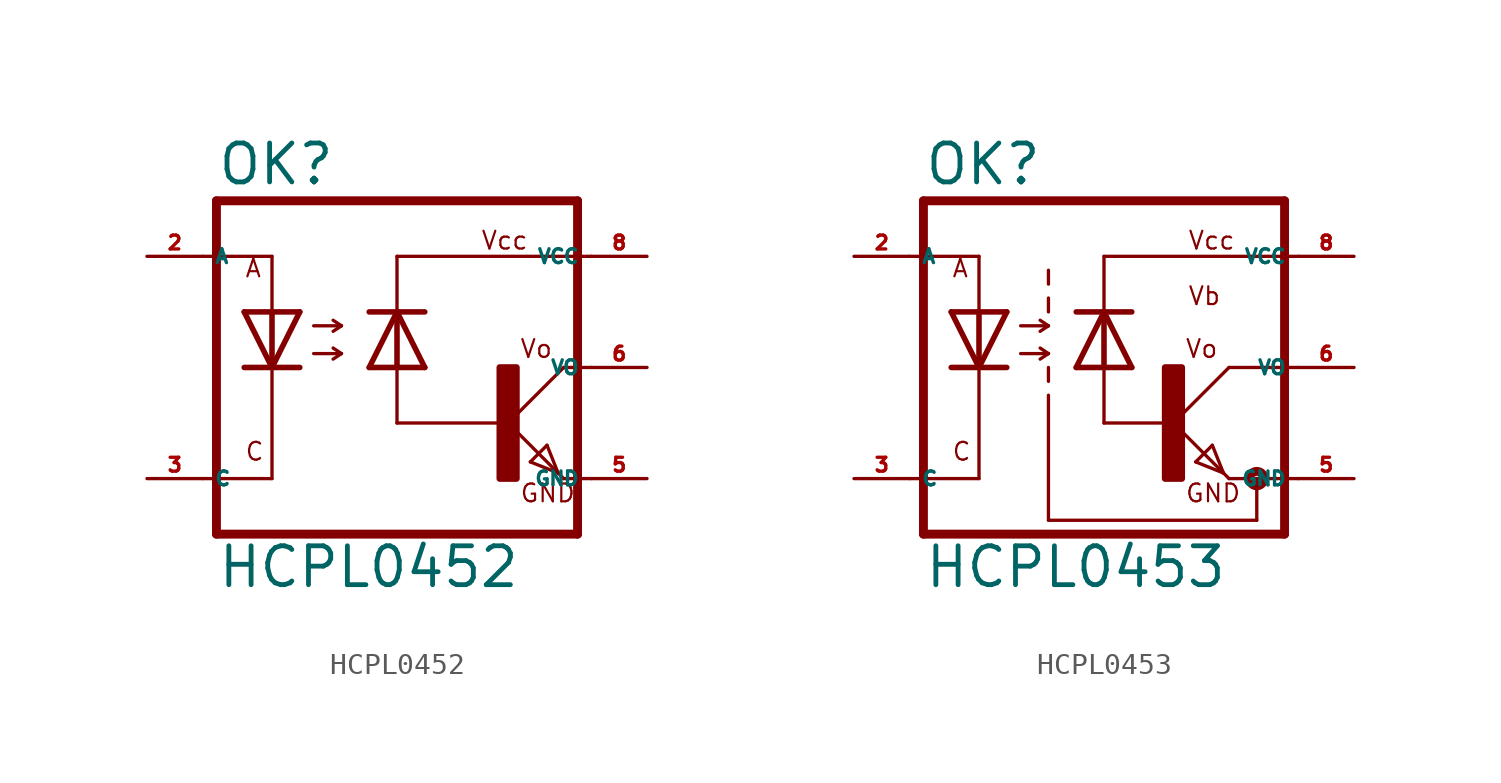
<source format=kicad_sym>
(kicad_symbol_lib
  (version 20220914)
  (generator kicad_symbol_editor)
  (symbol "HCPL0452"
    (property "Reference" "OK"
      (at -9.525 8.255 0)
      (effects (font (size 1.778 1.778) (thickness 0.22)) (justify left bottom)))
    (property "Value" "HCPL0452"
      (at -9.525 -10.16 0)
      (effects (font (size 1.778 1.778) (thickness 0.22)) (justify left bottom)))
    (symbol "HCPL0452_1_1"
      (polyline (pts (xy -10.16 -5.08) (xy -6.985 -5.08)) (stroke (width 0.152) (type default)) (fill (type none)))
      (polyline (pts (xy -10.16 5.08) (xy -6.985 5.08)) (stroke (width 0.152) (type default)) (fill (type none)))
      (polyline (pts (xy -9.525 7.62) (xy -9.525 -7.62)) (stroke (width 0.406) (type default)) (fill (type none)))
      (polyline (pts (xy -6.985 -5.08) (xy -6.985 0)) (stroke (width 0.152) (type default)) (fill (type none)))
      (polyline (pts (xy -6.985 0) (xy -8.255 0)) (stroke (width 0.254) (type default)) (fill (type none)))
      (polyline (pts (xy -6.985 0) (xy -8.255 2.54)) (stroke (width 0.254) (type default)) (fill (type none)))
      (polyline (pts (xy -6.985 2.54) (xy -8.255 2.54)) (stroke (width 0.254) (type default)) (fill (type none)))
      (polyline (pts (xy -6.985 2.54) (xy -6.985 0)) (stroke (width 0.254) (type default)) (fill (type none)))
      (polyline (pts (xy -6.985 2.54) (xy -6.985 5.08)) (stroke (width 0.152) (type default)) (fill (type none)))
      (polyline (pts (xy -5.715 0) (xy -6.985 0)) (stroke (width 0.254) (type default)) (fill (type none)))
      (polyline (pts (xy -5.715 2.54) (xy -6.985 0)) (stroke (width 0.254) (type default)) (fill (type none)))
      (polyline (pts (xy -5.715 2.54) (xy -6.985 2.54)) (stroke (width 0.254) (type default)) (fill (type none)))
      (polyline (pts (xy -5.08 0.635) (xy -3.81 0.635)) (stroke (width 0.152) (type default)) (fill (type none)))
      (polyline (pts (xy -5.08 1.905) (xy -3.81 1.905)) (stroke (width 0.152) (type default)) (fill (type none)))
      (polyline (pts (xy -3.81 0.635) (xy -4.191 0.381)) (stroke (width 0.152) (type default)) (fill (type none)))
      (polyline (pts (xy -3.81 0.635) (xy -4.191 0.889)) (stroke (width 0.152) (type default)) (fill (type none)))
      (polyline (pts (xy -3.81 1.905) (xy -4.191 1.651)) (stroke (width 0.152) (type default)) (fill (type none)))
      (polyline (pts (xy -3.81 1.905) (xy -4.191 2.159)) (stroke (width 0.152) (type default)) (fill (type none)))
      (polyline (pts (xy -2.54 0) (xy -1.27 0)) (stroke (width 0.254) (type default)) (fill (type none)))
      (polyline (pts (xy -2.54 0) (xy -1.27 2.54)) (stroke (width 0.254) (type default)) (fill (type none)))
      (polyline (pts (xy -2.54 2.54) (xy -1.27 2.54)) (stroke (width 0.254) (type default)) (fill (type none)))
      (polyline (pts (xy -1.27 -2.54) (xy -1.27 0)) (stroke (width 0.152) (type default)) (fill (type none)))
      (polyline (pts (xy -1.27 -2.54) (xy 3.81 -2.54)) (stroke (width 0.152) (type default)) (fill (type none)))
      (polyline (pts (xy -1.27 0) (xy -1.27 2.54)) (stroke (width 0.254) (type default)) (fill (type none)))
      (polyline (pts (xy -1.27 0) (xy 0 0)) (stroke (width 0.254) (type default)) (fill (type none)))
      (polyline (pts (xy -1.27 2.54) (xy 0 0)) (stroke (width 0.254) (type default)) (fill (type none)))
      (polyline (pts (xy -1.27 2.54) (xy 0 2.54)) (stroke (width 0.254) (type default)) (fill (type none)))
      (polyline (pts (xy -1.27 5.08) (xy -1.27 2.54)) (stroke (width 0.152) (type default)) (fill (type none)))
      (polyline (pts (xy -1.27 5.08) (xy 7.62 5.08)) (stroke (width 0.152) (type default)) (fill (type none)))
      (polyline (pts (xy 3.81 -2.54) (xy 6.096 -4.826)) (stroke (width 0.152) (type default)) (fill (type none)))
      (polyline (pts (xy 4.826 -4.318) (xy 5.588 -3.556)) (stroke (width 0.152) (type default)) (fill (type none)))
      (polyline (pts (xy 5.588 -3.556) (xy 6.096 -4.826)) (stroke (width 0.152) (type default)) (fill (type none)))
      (polyline (pts (xy 6.096 -4.826) (xy 4.826 -4.318)) (stroke (width 0.152) (type default)) (fill (type none)))
      (polyline (pts (xy 6.096 -4.826) (xy 6.35 -5.08)) (stroke (width 0.152) (type default)) (fill (type none)))
      (polyline (pts (xy 6.35 -5.08) (xy 7.62 -5.08)) (stroke (width 0.152) (type default)) (fill (type none)))
      (polyline (pts (xy 6.35 0) (xy 3.81 -2.54)) (stroke (width 0.152) (type default)) (fill (type none)))
      (polyline (pts (xy 6.35 0) (xy 7.62 0)) (stroke (width 0.152) (type default)) (fill (type none)))
      (polyline (pts (xy 6.985 -7.62) (xy -9.525 -7.62)) (stroke (width 0.406) (type default)) (fill (type none)))
      (polyline (pts (xy 6.985 7.62) (xy -9.525 7.62)) (stroke (width 0.406) (type default)) (fill (type none)))
      (polyline (pts (xy 6.985 7.62) (xy 6.985 -7.62)) (stroke (width 0.406) (type default)) (fill (type none)))
      (rectangle (start 3.429 -5.08) (end 4.191 0) (stroke (width 0.3) (type default)) (fill (type outline)))
      (text "A" (at -8.255 4.064 0) (effects (font (size 0.813 0.813) (thickness 0.1)) (justify left bottom)))
      (text "C" (at -8.255 -4.318 0) (effects (font (size 0.813 0.813) (thickness 0.1)) (justify left bottom)))
      (text "GND" (at 4.318 -6.223 0) (effects (font (size 0.813 0.813) (thickness 0.1)) (justify left bottom)))
      (text "Vcc" (at 2.54 5.334 0) (effects (font (size 0.813 0.813) (thickness 0.1)) (justify left bottom)))
      (text "Vo" (at 4.318 0.381 0) (effects (font (size 0.813 0.813) (thickness 0.1)) (justify left bottom)))
      (pin passive line (at -12.7 5.08 0) (length 2.54) (name "A" (effects (font (size 0.635 0.635)))) (number "2" (effects (font (size 0.635 0.635)))))
      (pin passive line (at -12.7 -5.08 0) (length 2.54) (name "C" (effects (font (size 0.635 0.635)))) (number "3" (effects (font (size 0.635 0.635)))))
      (pin passive line (at 10.16 -5.08 180) (length 2.54) (name "GND" (effects (font (size 0.635 0.635)))) (number "5" (effects (font (size 0.635 0.635)))))
      (pin passive line (at 10.16 0 180) (length 2.54) (name "VO" (effects (font (size 0.635 0.635)))) (number "6" (effects (font (size 0.635 0.635)))))
      (pin passive line (at 10.16 5.08 180) (length 2.54) (name "VCC" (effects (font (size 0.635 0.635)))) (number "8" (effects (font (size 0.635 0.635)))))))
  (symbol "HCPL0453"
    (property "Reference" "OK"
      (at -9.525 8.255 0)
      (effects (font (size 1.778 1.778) (thickness 0.22)) (justify left bottom)))
    (property "Value" "HCPL0453"
      (at -9.525 -10.16 0)
      (effects (font (size 1.778 1.778) (thickness 0.22)) (justify left bottom)))
    (symbol "HCPL0453_1_1"
      (polyline (pts (xy -10.16 -5.08) (xy -6.985 -5.08)) (stroke (width 0.152) (type default)) (fill (type none)))
      (polyline (pts (xy -10.16 5.08) (xy -6.985 5.08)) (stroke (width 0.152) (type default)) (fill (type none)))
      (polyline (pts (xy -9.525 7.62) (xy -9.525 -7.62)) (stroke (width 0.406) (type default)) (fill (type none)))
      (polyline (pts (xy -6.985 -5.08) (xy -6.985 0)) (stroke (width 0.152) (type default)) (fill (type none)))
      (polyline (pts (xy -6.985 0) (xy -8.255 0)) (stroke (width 0.254) (type default)) (fill (type none)))
      (polyline (pts (xy -6.985 0) (xy -8.255 2.54)) (stroke (width 0.254) (type default)) (fill (type none)))
      (polyline (pts (xy -6.985 2.54) (xy -8.255 2.54)) (stroke (width 0.254) (type default)) (fill (type none)))
      (polyline (pts (xy -6.985 2.54) (xy -6.985 0)) (stroke (width 0.254) (type default)) (fill (type none)))
      (polyline (pts (xy -6.985 2.54) (xy -6.985 5.08)) (stroke (width 0.152) (type default)) (fill (type none)))
      (polyline (pts (xy -5.715 0) (xy -6.985 0)) (stroke (width 0.254) (type default)) (fill (type none)))
      (polyline (pts (xy -5.715 2.54) (xy -6.985 0)) (stroke (width 0.254) (type default)) (fill (type none)))
      (polyline (pts (xy -5.715 2.54) (xy -6.985 2.54)) (stroke (width 0.254) (type default)) (fill (type none)))
      (polyline (pts (xy -5.08 0.635) (xy -3.81 0.635)) (stroke (width 0.152) (type default)) (fill (type none)))
      (polyline (pts (xy -5.08 1.905) (xy -3.81 1.905)) (stroke (width 0.152) (type default)) (fill (type none)))
      (polyline (pts (xy -3.81 -6.985) (xy -3.81 -1.27)) (stroke (width 0.152) (type default)) (fill (type none)))
      (polyline (pts (xy -3.81 -6.985) (xy 5.715 -6.985)) (stroke (width 0.152) (type default)) (fill (type none)))
      (polyline (pts (xy -3.81 -0.635) (xy -3.81 0)) (stroke (width 0.152) (type default)) (fill (type none)))
      (polyline (pts (xy -3.81 0.635) (xy -4.191 0.381)) (stroke (width 0.152) (type default)) (fill (type none)))
      (polyline (pts (xy -3.81 0.635) (xy -4.191 0.889)) (stroke (width 0.152) (type default)) (fill (type none)))
      (polyline (pts (xy -3.81 1.905) (xy -4.191 1.651)) (stroke (width 0.152) (type default)) (fill (type none)))
      (polyline (pts (xy -3.81 1.905) (xy -4.191 2.159)) (stroke (width 0.152) (type default)) (fill (type none)))
      (polyline (pts (xy -3.81 2.54) (xy -3.81 3.175)) (stroke (width 0.152) (type default)) (fill (type none)))
      (polyline (pts (xy -3.81 3.81) (xy -3.81 4.445)) (stroke (width 0.152) (type default)) (fill (type none)))
      (polyline (pts (xy -2.54 0) (xy -1.27 0)) (stroke (width 0.254) (type default)) (fill (type none)))
      (polyline (pts (xy -2.54 0) (xy -1.27 2.54)) (stroke (width 0.254) (type default)) (fill (type none)))
      (polyline (pts (xy -2.54 2.54) (xy -1.27 2.54)) (stroke (width 0.254) (type default)) (fill (type none)))
      (polyline (pts (xy -1.27 -2.54) (xy -1.27 0)) (stroke (width 0.152) (type default)) (fill (type none)))
      (polyline (pts (xy -1.27 -2.54) (xy 1.905 -2.54)) (stroke (width 0.152) (type default)) (fill (type none)))
      (polyline (pts (xy -1.27 0) (xy -1.27 2.54)) (stroke (width 0.254) (type default)) (fill (type none)))
      (polyline (pts (xy -1.27 0) (xy 0 0)) (stroke (width 0.254) (type default)) (fill (type none)))
      (polyline (pts (xy -1.27 2.54) (xy 0 0)) (stroke (width 0.254) (type default)) (fill (type none)))
      (polyline (pts (xy -1.27 2.54) (xy 0 2.54)) (stroke (width 0.254) (type default)) (fill (type none)))
      (polyline (pts (xy -1.27 5.08) (xy -1.27 2.54)) (stroke (width 0.152) (type default)) (fill (type none)))
      (polyline (pts (xy -1.27 5.08) (xy 7.62 5.08)) (stroke (width 0.152) (type default)) (fill (type none)))
      (polyline (pts (xy 1.905 -2.54) (xy 4.191 -4.826)) (stroke (width 0.152) (type default)) (fill (type none)))
      (polyline (pts (xy 2.921 -4.318) (xy 3.683 -3.556)) (stroke (width 0.152) (type default)) (fill (type none)))
      (polyline (pts (xy 3.683 -3.556) (xy 4.191 -4.826)) (stroke (width 0.152) (type default)) (fill (type none)))
      (polyline (pts (xy 4.191 -4.826) (xy 2.921 -4.318)) (stroke (width 0.152) (type default)) (fill (type none)))
      (polyline (pts (xy 4.191 -4.826) (xy 4.445 -5.08)) (stroke (width 0.152) (type default)) (fill (type none)))
      (polyline (pts (xy 4.445 -5.08) (xy 5.715 -5.08)) (stroke (width 0.152) (type default)) (fill (type none)))
      (polyline (pts (xy 4.445 0) (xy 1.905 -2.54)) (stroke (width 0.152) (type default)) (fill (type none)))
      (polyline (pts (xy 4.445 0) (xy 7.62 0)) (stroke (width 0.152) (type default)) (fill (type none)))
      (polyline (pts (xy 5.715 -6.985) (xy 5.715 -5.08)) (stroke (width 0.152) (type default)) (fill (type none)))
      (polyline (pts (xy 5.715 -5.08) (xy 7.62 -5.08)) (stroke (width 0.152) (type default)) (fill (type none)))
      (polyline (pts (xy 6.985 -7.62) (xy -9.525 -7.62)) (stroke (width 0.406) (type default)) (fill (type none)))
      (polyline (pts (xy 6.985 7.62) (xy -9.525 7.62)) (stroke (width 0.406) (type default)) (fill (type none)))
      (polyline (pts (xy 6.985 7.62) (xy 6.985 -7.62)) (stroke (width 0.406) (type default)) (fill (type none)))
      (rectangle (start 1.524 -5.08) (end 2.286 0) (stroke (width 0.3) (type default)) (fill (type outline)))
      (circle (center 5.715 -5.08) (radius 0.127) (stroke (width 0.406) (type default)) (fill (type none)))
      (text "A" (at -8.255 4.064 0) (effects (font (size 0.813 0.813) (thickness 0.1)) (justify left bottom)))
      (text "C" (at -8.255 -4.318 0) (effects (font (size 0.813 0.813) (thickness 0.1)) (justify left bottom)))
      (text "GND" (at 2.413 -6.223 0) (effects (font (size 0.813 0.813) (thickness 0.1)) (justify left bottom)))
      (text "Vb" (at 2.54 2.794 0) (effects (font (size 0.813 0.813) (thickness 0.1)) (justify left bottom)))
      (text "Vcc" (at 2.54 5.334 0) (effects (font (size 0.813 0.813) (thickness 0.1)) (justify left bottom)))
      (text "Vo" (at 2.413 0.381 0) (effects (font (size 0.813 0.813) (thickness 0.1)) (justify left bottom)))
      (pin passive line (at -12.7 5.08 0) (length 2.54) (name "A" (effects (font (size 0.635 0.635)))) (number "2" (effects (font (size 0.635 0.635)))))
      (pin passive line (at -12.7 -5.08 0) (length 2.54) (name "C" (effects (font (size 0.635 0.635)))) (number "3" (effects (font (size 0.635 0.635)))))
      (pin passive line (at 10.16 -5.08 180) (length 2.54) (name "GND" (effects (font (size 0.635 0.635)))) (number "5" (effects (font (size 0.635 0.635)))))
      (pin passive line (at 10.16 0 180) (length 2.54) (name "VO" (effects (font (size 0.635 0.635)))) (number "6" (effects (font (size 0.635 0.635)))))
      (pin passive line (at 10.16 5.08 180) (length 2.54) (name "VCC" (effects (font (size 0.635 0.635)))) (number "8" (effects (font (size 0.635 0.635))))))))
</source>
